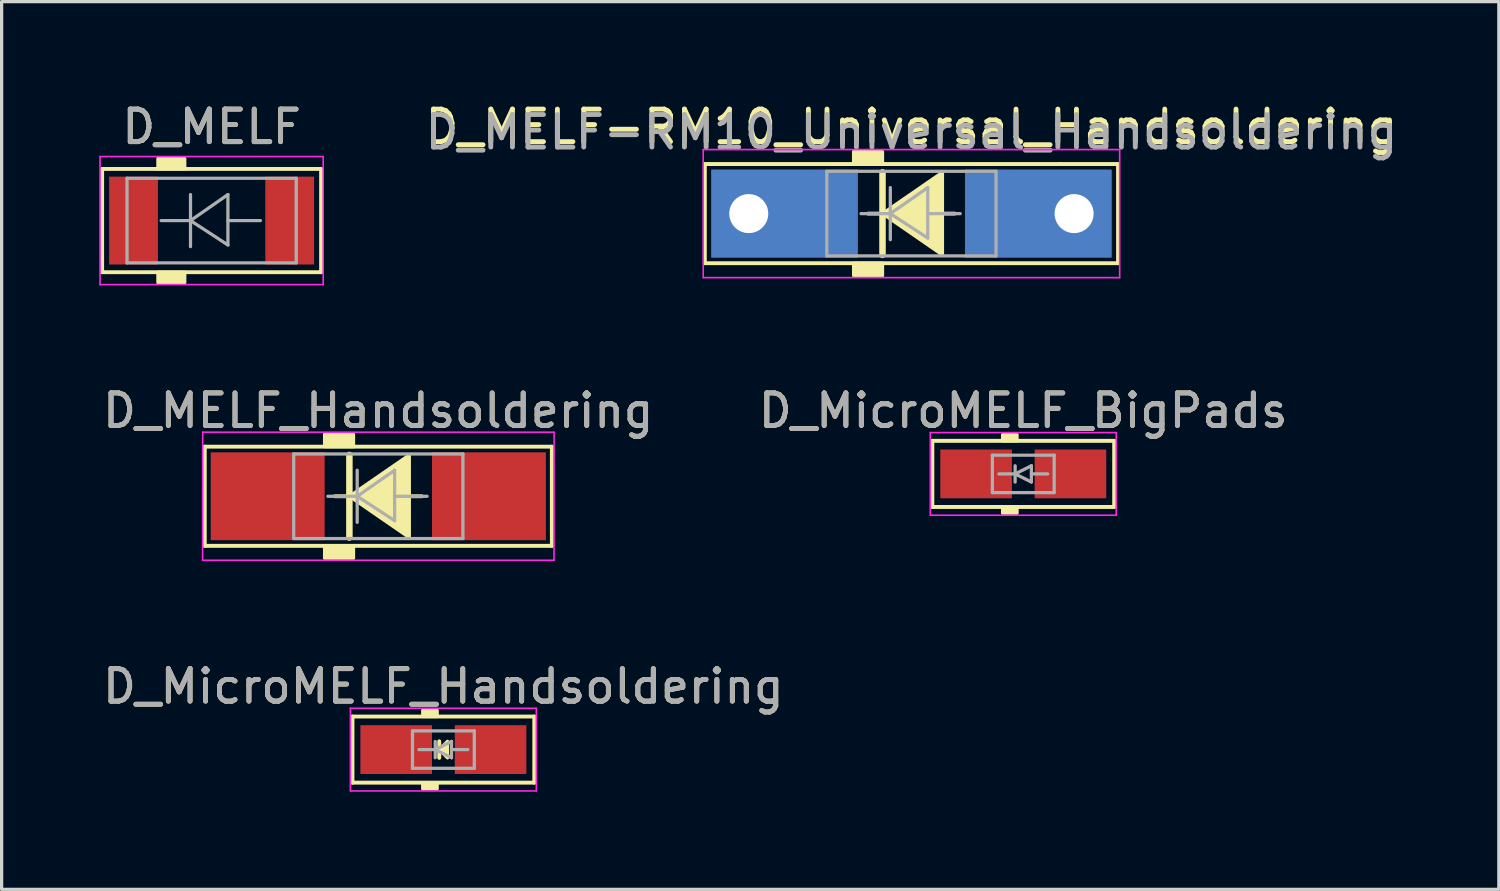
<source format=kicad_pcb>
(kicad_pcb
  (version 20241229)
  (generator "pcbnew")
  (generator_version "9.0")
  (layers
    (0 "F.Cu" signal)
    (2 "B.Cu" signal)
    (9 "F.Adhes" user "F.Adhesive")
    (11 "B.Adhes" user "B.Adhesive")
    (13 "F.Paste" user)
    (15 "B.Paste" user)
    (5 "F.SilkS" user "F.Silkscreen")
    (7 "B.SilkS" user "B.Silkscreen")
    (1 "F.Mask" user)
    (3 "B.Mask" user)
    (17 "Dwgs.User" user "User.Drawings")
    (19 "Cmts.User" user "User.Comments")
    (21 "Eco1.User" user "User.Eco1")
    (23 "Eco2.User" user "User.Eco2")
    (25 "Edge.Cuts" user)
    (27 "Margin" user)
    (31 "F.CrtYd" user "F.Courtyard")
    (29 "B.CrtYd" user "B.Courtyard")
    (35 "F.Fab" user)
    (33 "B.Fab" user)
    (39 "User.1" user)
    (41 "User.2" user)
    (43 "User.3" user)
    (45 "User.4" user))
  (footprint "D_MELF_Handsoldering"
    (layer "F.Cu")
    (at 8.577 12.202)
    (property "Reference" "D_MELF_Handsoldering" (at 0 -2.631 0) (layer "F.SilkS") (effects (font (size 1 1) (thickness 0.15))))
    (attr smd)
    (fp_line (start -5.334 -1.524) (end -5.334 1.524) (stroke (width 0.12) (type solid)) (layer "F.SilkS"))
    (fp_line (start -5.334 1.524) (end 5.334 1.524) (stroke (width 0.12) (type solid)) (layer "F.SilkS"))
    (fp_line (start -0.953 0) (end -1.333 0) (stroke (width 0.12) (type solid)) (layer "F.SilkS"))
    (fp_line (start -0.889 -1.27) (end -0.889 1.27) (stroke (width 0.2) (type solid)) (layer "F.SilkS"))
    (fp_line (start 1.333 0) (end 0.953 0) (stroke (width 0.12) (type solid)) (layer "F.SilkS"))
    (fp_line (start 5.334 -1.524) (end -5.334 -1.524) (stroke (width 0.12) (type solid)) (layer "F.SilkS"))
    (fp_line (start 5.334 1.524) (end 5.334 -1.524) (stroke (width 0.12) (type solid)) (layer "F.SilkS"))
    (fp_poly (pts (xy 0.953 1.27) (xy -0.889 0) (xy 0.953 -1.27)) (stroke (width 0.1) (type solid)) (fill yes) (layer "F.SilkS"))
    (fp_poly (pts (xy -0.762 -1.524) (xy -1.651 -1.524) (xy -1.651 -1.905) (xy -0.762 -1.905)) (stroke (width 0.1) (type solid)) (fill yes) (layer "F.SilkS"))
    (fp_poly (pts (xy -0.762 1.905) (xy -1.651 1.905) (xy -1.651 1.524) (xy -0.762 1.524)) (stroke (width 0.1) (type solid)) (fill yes) (layer "F.SilkS"))
    (fp_line (start -5.4 1.968) (end -5.397 -1.968) (stroke (width 0.05) (type solid)) (layer "F.CrtYd"))
    (fp_line (start -5.397 -1.968) (end 5.402 -1.968) (stroke (width 0.05) (type solid)) (layer "F.CrtYd"))
    (fp_line (start 5.4 1.968) (end -5.4 1.968) (stroke (width 0.05) (type solid)) (layer "F.CrtYd"))
    (fp_line (start 5.402 -1.968) (end 5.4 1.968) (stroke (width 0.05) (type solid)) (layer "F.CrtYd"))
    (fp_line (start -2.6 -1.3) (end -2.6 1.3) (stroke (width 0.1) (type solid)) (layer "F.Fab"))
    (fp_line (start -2.6 1.3) (end 2.6 1.3) (stroke (width 0.1) (type solid)) (layer "F.Fab"))
    (fp_line (start -0.649 -0.799) (end -0.649 0.801) (stroke (width 0.1) (type solid)) (layer "F.Fab"))
    (fp_line (start -0.649 0.001) (end -1.551 0.001) (stroke (width 0.1) (type solid)) (layer "F.Fab"))
    (fp_line (start -0.649 0.001) (end 0.501 -0.799) (stroke (width 0.1) (type solid)) (layer "F.Fab"))
    (fp_line (start -0.649 0.001) (end 0.501 0.75) (stroke (width 0.1) (type solid)) (layer "F.Fab"))
    (fp_line (start 0.501 0.001) (end 1.499 0.001) (stroke (width 0.1) (type solid)) (layer "F.Fab"))
    (fp_line (start 0.501 0.75) (end 0.501 -0.799) (stroke (width 0.1) (type solid)) (layer "F.Fab"))
    (fp_line (start 2.6 -1.3) (end -2.6 -1.3) (stroke (width 0.1) (type solid)) (layer "F.Fab"))
    (fp_line (start 2.6 1.3) (end 2.6 -1.3) (stroke (width 0.1) (type solid)) (layer "F.Fab"))
    (fp_text user "${REFERENCE}" (at 0 -2.631 0) (layer "F.Fab") (effects (font (size 1 1) (thickness 0.15))))
    (pad "1" smd rect (at -3.4 0) (size 3.5 2.7) (layers "F.Cu" "F.Mask" "F.Paste"))
    (pad "2" smd rect (at 3.4 0) (size 3.5 2.7) (layers "F.Cu" "F.Mask" "F.Paste")))
  (footprint "D_MELF"
    (layer "F.Cu")
    (at 3.454 3.729)
    (property "Reference" "D_MELF" (at 0 -2.881 0) (layer "F.SilkS") (effects (font (size 1 1) (thickness 0.15))))
    (attr smd)
    (fp_line (start -3.365 -1.587) (end 3.365 -1.587) (stroke (width 0.12) (type solid)) (layer "F.SilkS"))
    (fp_line (start -3.365 1.587) (end -3.365 -1.587) (stroke (width 0.12) (type solid)) (layer "F.SilkS"))
    (fp_line (start 3.365 -1.587) (end 3.365 1.587) (stroke (width 0.12) (type solid)) (layer "F.SilkS"))
    (fp_line (start 3.365 1.587) (end -3.365 1.587) (stroke (width 0.12) (type solid)) (layer "F.SilkS"))
    (fp_poly (pts (xy -0.826 -1.587) (xy -1.651 -1.587) (xy -1.651 -1.905) (xy -0.826 -1.905)) (stroke (width 0.1) (type solid)) (fill yes) (layer "F.SilkS"))
    (fp_poly (pts (xy -0.826 1.905) (xy -1.651 1.905) (xy -1.651 1.587) (xy -0.826 1.587)) (stroke (width 0.1) (type solid)) (fill yes) (layer "F.SilkS"))
    (fp_line (start -3.429 -1.968) (end 3.429 -1.968) (stroke (width 0.05) (type solid)) (layer "F.CrtYd"))
    (fp_line (start -3.429 1.968) (end -3.429 -1.968) (stroke (width 0.05) (type solid)) (layer "F.CrtYd"))
    (fp_line (start 3.429 -1.968) (end 3.429 1.968) (stroke (width 0.05) (type solid)) (layer "F.CrtYd"))
    (fp_line (start 3.429 1.968) (end -3.429 1.968) (stroke (width 0.05) (type solid)) (layer "F.CrtYd"))
    (fp_line (start -2.6 -1.3) (end -2.6 1.3) (stroke (width 0.1) (type solid)) (layer "F.Fab"))
    (fp_line (start -2.6 1.3) (end 2.6 1.3) (stroke (width 0.1) (type solid)) (layer "F.Fab"))
    (fp_line (start -0.649 -0.799) (end -0.649 0.801) (stroke (width 0.1) (type solid)) (layer "F.Fab"))
    (fp_line (start -0.649 0.001) (end -1.551 0.001) (stroke (width 0.1) (type solid)) (layer "F.Fab"))
    (fp_line (start -0.649 0.001) (end 0.501 -0.799) (stroke (width 0.1) (type solid)) (layer "F.Fab"))
    (fp_line (start -0.649 0.001) (end 0.501 0.75) (stroke (width 0.1) (type solid)) (layer "F.Fab"))
    (fp_line (start 0.501 0.001) (end 1.499 0.001) (stroke (width 0.1) (type solid)) (layer "F.Fab"))
    (fp_line (start 0.501 0.75) (end 0.501 -0.799) (stroke (width 0.1) (type solid)) (layer "F.Fab"))
    (fp_line (start 2.6 -1.3) (end -2.6 -1.3) (stroke (width 0.1) (type solid)) (layer "F.Fab"))
    (fp_line (start 2.6 1.3) (end 2.6 -1.3) (stroke (width 0.1) (type solid)) (layer "F.Fab"))
    (fp_text user "${REFERENCE}" (at 0 -2.881 0) (layer "F.Fab") (effects (font (size 1 1) (thickness 0.15))))
    (pad "1" smd rect (at -2.4 0) (size 1.5 2.7) (layers "F.Cu" "F.Mask" "F.Paste"))
    (pad "2" smd rect (at 2.4 0) (size 1.5 2.7) (layers "F.Cu" "F.Mask" "F.Paste")))
  (footprint "D_MELF-RM10_Universal_Handsoldering"
    (layer "F.Cu")
    (at 24.962 3.515)
    (property "Reference" "D_MELF-RM10_Universal_Handsoldering" (at 0 -2.667 0) (layer "F.SilkS") (effects (font (size 1 1) (thickness 0.15))))
    (attr through_hole)
    (fp_line (start -6.35 -1.524) (end -6.35 1.524) (stroke (width 0.12) (type solid)) (layer "F.SilkS"))
    (fp_line (start -6.35 1.524) (end 6.35 1.524) (stroke (width 0.12) (type solid)) (layer "F.SilkS"))
    (fp_line (start -0.953 0) (end -1.333 0) (stroke (width 0.12) (type solid)) (layer "F.SilkS"))
    (fp_line (start -0.889 -1.27) (end -0.889 1.27) (stroke (width 0.2) (type solid)) (layer "F.SilkS"))
    (fp_line (start 1.333 0) (end 0.953 0) (stroke (width 0.12) (type solid)) (layer "F.SilkS"))
    (fp_line (start 4.572 -1.524) (end -6.35 -1.524) (stroke (width 0.12) (type solid)) (layer "F.SilkS"))
    (fp_line (start 6.35 -1.524) (end 4.572 -1.524) (stroke (width 0.12) (type solid)) (layer "F.SilkS"))
    (fp_line (start 6.35 1.524) (end 6.35 -1.524) (stroke (width 0.12) (type solid)) (layer "F.SilkS"))
    (fp_poly (pts (xy 0.953 1.27) (xy -0.889 0) (xy 0.953 -1.27)) (stroke (width 0.1) (type solid)) (fill yes) (layer "F.SilkS"))
    (fp_poly (pts (xy -0.889 -1.524) (xy -1.778 -1.524) (xy -1.778 -1.905) (xy -0.889 -1.905)) (stroke (width 0.1) (type solid)) (fill yes) (layer "F.SilkS"))
    (fp_poly (pts (xy -0.889 1.905) (xy -1.778 1.905) (xy -1.778 1.524) (xy -0.889 1.524)) (stroke (width 0.1) (type solid)) (fill yes) (layer "F.SilkS"))
    (fp_line (start -6.4 -1.968) (end 6.4 -1.968) (stroke (width 0.05) (type solid)) (layer "F.CrtYd"))
    (fp_line (start -6.4 1.968) (end -6.4 -1.968) (stroke (width 0.05) (type solid)) (layer "F.CrtYd"))
    (fp_line (start 6.4 -1.968) (end 6.4 1.968) (stroke (width 0.05) (type solid)) (layer "F.CrtYd"))
    (fp_line (start 6.4 1.968) (end -6.4 1.968) (stroke (width 0.05) (type solid)) (layer "F.CrtYd"))
    (fp_line (start -2.6 -1.3) (end -2.6 1.3) (stroke (width 0.1) (type solid)) (layer "F.Fab"))
    (fp_line (start -2.6 1.3) (end 2.6 1.3) (stroke (width 0.1) (type solid)) (layer "F.Fab"))
    (fp_line (start -0.649 -0.799) (end -0.649 0.801) (stroke (width 0.1) (type solid)) (layer "F.Fab"))
    (fp_line (start -0.649 0.001) (end -1.551 0.001) (stroke (width 0.1) (type solid)) (layer "F.Fab"))
    (fp_line (start -0.649 0.001) (end 0.501 -0.799) (stroke (width 0.1) (type solid)) (layer "F.Fab"))
    (fp_line (start -0.649 0.001) (end 0.501 0.75) (stroke (width 0.1) (type solid)) (layer "F.Fab"))
    (fp_line (start 0.501 0.001) (end 1.499 0.001) (stroke (width 0.1) (type solid)) (layer "F.Fab"))
    (fp_line (start 0.501 0.75) (end 0.501 -0.799) (stroke (width 0.1) (type solid)) (layer "F.Fab"))
    (fp_line (start 2.6 -1.3) (end -2.6 -1.3) (stroke (width 0.1) (type solid)) (layer "F.Fab"))
    (fp_line (start 2.6 1.3) (end 2.6 -1.3) (stroke (width 0.1) (type solid)) (layer "F.Fab"))
    (fp_text user "${REFERENCE}" (at 0 -2.5 0) (layer "F.Fab") (effects (font (size 1 1) (thickness 0.15))))
    (pad "1" thru_hole rect (at -5 0) (size 4.5 2.7) (drill 1.199 (offset 1.1 0)) (layers "*.Cu" "*.Mask"))
    (pad "2" thru_hole rect (at 5 0 180) (size 4.5 2.7) (drill 1.199 (offset 1.1 0)) (layers "*.Cu" "*.Mask")))
  (footprint "D_MicroMELF_Handsoldering"
    (layer "F.Cu")
    (at 10.577 19.988)
    (property "Reference" "D_MicroMELF_Handsoldering" (at 0 -1.944 0) (layer "F.SilkS") (effects (font (size 1 1) (thickness 0.15))))
    (attr smd)
    (fp_line (start -2.794 -1.016) (end 2.794 -1.016) (stroke (width 0.12) (type solid)) (layer "F.SilkS"))
    (fp_line (start -2.794 1.016) (end -2.794 -1.016) (stroke (width 0.12) (type solid)) (layer "F.SilkS"))
    (fp_line (start -0.127 -0.254) (end -0.127 0.254) (stroke (width 0.12) (type solid)) (layer "F.SilkS"))
    (fp_line (start 2.794 -1.016) (end 2.794 1.016) (stroke (width 0.12) (type solid)) (layer "F.SilkS"))
    (fp_line (start 2.794 1.016) (end -2.794 1.016) (stroke (width 0.12) (type solid)) (layer "F.SilkS"))
    (fp_poly (pts (xy 0.127 0.254) (xy -0.127 0) (xy 0.127 -0.254)) (stroke (width 0.1) (type solid)) (fill yes) (layer "F.SilkS"))
    (fp_poly (pts (xy -0.191 -1.016) (xy -0.635 -1.016) (xy -0.635 -1.206) (xy -0.191 -1.206)) (stroke (width 0.1) (type solid)) (fill yes) (layer "F.SilkS"))
    (fp_poly (pts (xy -0.191 1.206) (xy -0.635 1.206) (xy -0.635 1.016) (xy -0.191 1.016)) (stroke (width 0.1) (type solid)) (fill yes) (layer "F.SilkS"))
    (fp_line (start -2.857 -1.27) (end -2.857 1.27) (stroke (width 0.05) (type solid)) (layer "F.CrtYd"))
    (fp_line (start -2.857 -1.27) (end 2.857 -1.27) (stroke (width 0.05) (type solid)) (layer "F.CrtYd"))
    (fp_line (start 2.857 1.27) (end -2.857 1.27) (stroke (width 0.05) (type solid)) (layer "F.CrtYd"))
    (fp_line (start 2.857 1.27) (end 2.857 -1.27) (stroke (width 0.05) (type solid)) (layer "F.CrtYd"))
    (fp_line (start -0.95 -0.575) (end 0.95 -0.575) (stroke (width 0.1) (type solid)) (layer "F.Fab"))
    (fp_line (start -0.95 0.575) (end -0.95 -0.575) (stroke (width 0.1) (type solid)) (layer "F.Fab"))
    (fp_line (start -0.25 -0.25) (end -0.25 0.25) (stroke (width 0.1) (type solid)) (layer "F.Fab"))
    (fp_line (start -0.25 0) (end -0.75 0) (stroke (width 0.1) (type solid)) (layer "F.Fab"))
    (fp_line (start -0.25 0) (end 0.25 -0.25) (stroke (width 0.1) (type solid)) (layer "F.Fab"))
    (fp_line (start 0.25 -0.25) (end 0.25 0.25) (stroke (width 0.1) (type solid)) (layer "F.Fab"))
    (fp_line (start 0.25 0) (end 0.75 0) (stroke (width 0.1) (type solid)) (layer "F.Fab"))
    (fp_line (start 0.25 0.25) (end -0.25 0) (stroke (width 0.1) (type solid)) (layer "F.Fab"))
    (fp_line (start 0.95 -0.575) (end 0.95 0.575) (stroke (width 0.1) (type solid)) (layer "F.Fab"))
    (fp_line (start 0.95 0.575) (end -0.95 0.575) (stroke (width 0.1) (type solid)) (layer "F.Fab"))
    (fp_text user "${REFERENCE}" (at 0 -1.944 0) (layer "F.Fab") (effects (font (size 1 1) (thickness 0.15))))
    (pad "1" smd rect (at -1.45 0) (size 2.2 1.5) (layers "F.Cu" "F.Mask" "F.Paste"))
    (pad "2" smd rect (at 1.45 0) (size 2.2 1.5) (layers "F.Cu" "F.Mask" "F.Paste")))
  (footprint "D_MicroMELF_BigPads"
    (layer "F.Cu")
    (at 28.399 11.515)
    (property "Reference" "D_MicroMELF_BigPads" (at 0 -1.944 0) (layer "F.SilkS") (effects (font (size 1 1) (thickness 0.15))))
    (attr smd)
    (fp_line (start -2.794 -1.016) (end 2.794 -1.016) (stroke (width 0.12) (type solid)) (layer "F.SilkS"))
    (fp_line (start -2.794 1.016) (end -2.794 -1.016) (stroke (width 0.12) (type solid)) (layer "F.SilkS"))
    (fp_line (start 2.794 -1.016) (end 2.794 1.016) (stroke (width 0.12) (type solid)) (layer "F.SilkS"))
    (fp_line (start 2.794 1.016) (end -2.794 1.016) (stroke (width 0.12) (type solid)) (layer "F.SilkS"))
    (fp_poly (pts (xy -0.191 -1.016) (xy -0.635 -1.016) (xy -0.635 -1.206) (xy -0.191 -1.206)) (stroke (width 0.1) (type solid)) (fill yes) (layer "F.SilkS"))
    (fp_poly (pts (xy -0.191 1.206) (xy -0.635 1.206) (xy -0.635 1.016) (xy -0.191 1.016)) (stroke (width 0.1) (type solid)) (fill yes) (layer "F.SilkS"))
    (fp_line (start -2.857 -1.27) (end -2.857 1.27) (stroke (width 0.05) (type solid)) (layer "F.CrtYd"))
    (fp_line (start -2.857 -1.27) (end 2.857 -1.27) (stroke (width 0.05) (type solid)) (layer "F.CrtYd"))
    (fp_line (start 2.857 1.27) (end -2.857 1.27) (stroke (width 0.05) (type solid)) (layer "F.CrtYd"))
    (fp_line (start 2.857 1.27) (end 2.857 -1.27) (stroke (width 0.05) (type solid)) (layer "F.CrtYd"))
    (fp_line (start -0.95 -0.575) (end 0.95 -0.575) (stroke (width 0.1) (type solid)) (layer "F.Fab"))
    (fp_line (start -0.95 0.575) (end -0.95 -0.575) (stroke (width 0.1) (type solid)) (layer "F.Fab"))
    (fp_line (start -0.25 -0.25) (end -0.25 0.25) (stroke (width 0.1) (type solid)) (layer "F.Fab"))
    (fp_line (start -0.25 0) (end -0.75 0) (stroke (width 0.1) (type solid)) (layer "F.Fab"))
    (fp_line (start -0.25 0) (end 0.25 -0.25) (stroke (width 0.1) (type solid)) (layer "F.Fab"))
    (fp_line (start 0.25 -0.25) (end 0.25 0.25) (stroke (width 0.1) (type solid)) (layer "F.Fab"))
    (fp_line (start 0.25 0) (end 0.75 0) (stroke (width 0.1) (type solid)) (layer "F.Fab"))
    (fp_line (start 0.25 0.25) (end -0.25 0) (stroke (width 0.1) (type solid)) (layer "F.Fab"))
    (fp_line (start 0.95 -0.575) (end 0.95 0.575) (stroke (width 0.1) (type solid)) (layer "F.Fab"))
    (fp_line (start 0.95 0.575) (end -0.95 0.575) (stroke (width 0.1) (type solid)) (layer "F.Fab"))
    (fp_text user "${REFERENCE}" (at 0 -1.944 0) (layer "F.Fab") (effects (font (size 1 1) (thickness 0.15))))
    (pad "1" smd rect (at -1.45 0) (size 2.2 1.5) (layers "F.Cu" "F.Mask" "F.Paste"))
    (pad "2" smd rect (at 1.45 0) (size 2.2 1.5) (layers "F.Cu" "F.Mask" "F.Paste")))
  (gr_rect
    (start -3 -3)
    (end 43.015 24.283)
    (stroke (width 0.1) (type default))
    (fill no)
    (layer "Edge.Cuts")))
</source>
